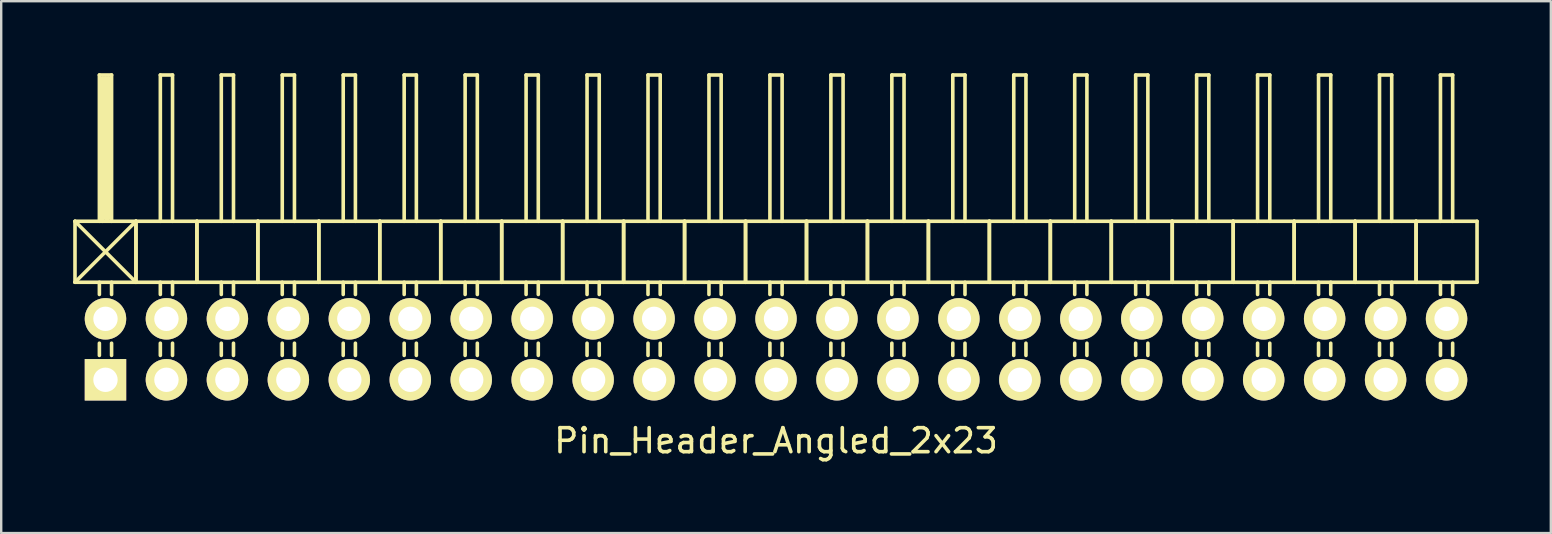
<source format=kicad_pcb>
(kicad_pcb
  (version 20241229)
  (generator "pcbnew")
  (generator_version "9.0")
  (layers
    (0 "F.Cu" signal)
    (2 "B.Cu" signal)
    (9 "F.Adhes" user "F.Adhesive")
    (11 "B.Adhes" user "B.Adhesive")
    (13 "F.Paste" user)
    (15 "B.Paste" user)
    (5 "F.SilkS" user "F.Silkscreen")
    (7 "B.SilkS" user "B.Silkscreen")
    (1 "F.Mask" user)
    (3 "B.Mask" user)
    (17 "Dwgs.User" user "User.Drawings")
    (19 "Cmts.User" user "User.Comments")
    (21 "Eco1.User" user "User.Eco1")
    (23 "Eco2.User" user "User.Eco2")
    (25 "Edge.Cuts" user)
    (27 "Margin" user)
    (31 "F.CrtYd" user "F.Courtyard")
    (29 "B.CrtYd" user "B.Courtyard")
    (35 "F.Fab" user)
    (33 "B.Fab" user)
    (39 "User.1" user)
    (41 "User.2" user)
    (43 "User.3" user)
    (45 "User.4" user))
  (footprint "Pin_Header_Angled_2x23"
    (layer "F.Cu")
    (at 29.285 11.505)
    (property "Reference" "Pin_Header_Angled_2x23" (at 0 3.81 0) (layer "F.SilkS") (effects (font (size 1 1) (thickness 0.15))))
    (attr through_hole)
    (fp_line (start -29.21 -5.334) (end -26.67 -2.794) (stroke (width 0.15) (type solid)) (layer "F.SilkS"))
    (fp_line (start -29.21 -2.794) (end -29.21 -5.334) (stroke (width 0.15) (type solid)) (layer "F.SilkS"))
    (fp_line (start -29.21 -2.794) (end -26.67 -5.334) (stroke (width 0.15) (type solid)) (layer "F.SilkS"))
    (fp_line (start -29.21 -2.794) (end -26.67 -2.794) (stroke (width 0.15) (type solid)) (layer "F.SilkS"))
    (fp_line (start -28.194 -11.43) (end -27.686 -11.43) (stroke (width 0.15) (type solid)) (layer "F.SilkS"))
    (fp_line (start -28.194 -5.334) (end -28.194 -11.43) (stroke (width 0.15) (type solid)) (layer "F.SilkS"))
    (fp_line (start -28.194 -2.794) (end -28.194 -2.286) (stroke (width 0.15) (type solid)) (layer "F.SilkS"))
    (fp_line (start -28.194 -0.254) (end -28.194 0.254) (stroke (width 0.15) (type solid)) (layer "F.SilkS"))
    (fp_line (start -28.067 -11.303) (end -27.813 -11.303) (stroke (width 0.15) (type solid)) (layer "F.SilkS"))
    (fp_line (start -28.067 -5.334) (end -28.067 -11.303) (stroke (width 0.15) (type solid)) (layer "F.SilkS"))
    (fp_line (start -27.94 -5.461) (end -27.94 -11.303) (stroke (width 0.15) (type solid)) (layer "F.SilkS"))
    (fp_line (start -27.813 -11.303) (end -27.813 -5.461) (stroke (width 0.15) (type solid)) (layer "F.SilkS"))
    (fp_line (start -27.813 -5.461) (end -27.94 -5.461) (stroke (width 0.15) (type solid)) (layer "F.SilkS"))
    (fp_line (start -27.686 -11.43) (end -27.686 -5.334) (stroke (width 0.15) (type solid)) (layer "F.SilkS"))
    (fp_line (start -27.686 -2.794) (end -27.686 -2.286) (stroke (width 0.15) (type solid)) (layer "F.SilkS"))
    (fp_line (start -27.686 -0.254) (end -27.686 0.254) (stroke (width 0.15) (type solid)) (layer "F.SilkS"))
    (fp_line (start -26.67 -5.334) (end -29.21 -5.334) (stroke (width 0.15) (type solid)) (layer "F.SilkS"))
    (fp_line (start -26.67 -2.794) (end -26.67 -5.334) (stroke (width 0.15) (type solid)) (layer "F.SilkS"))
    (fp_line (start -26.67 -2.794) (end -26.67 -5.334) (stroke (width 0.15) (type solid)) (layer "F.SilkS"))
    (fp_line (start -26.67 -2.794) (end -24.13 -2.794) (stroke (width 0.15) (type solid)) (layer "F.SilkS"))
    (fp_line (start -25.654 -11.43) (end -25.146 -11.43) (stroke (width 0.15) (type solid)) (layer "F.SilkS"))
    (fp_line (start -25.654 -5.334) (end -25.654 -11.43) (stroke (width 0.15) (type solid)) (layer "F.SilkS"))
    (fp_line (start -25.654 -2.794) (end -25.654 -2.286) (stroke (width 0.15) (type solid)) (layer "F.SilkS"))
    (fp_line (start -25.654 -0.254) (end -25.654 0.254) (stroke (width 0.15) (type solid)) (layer "F.SilkS"))
    (fp_line (start -25.146 -11.43) (end -25.146 -5.334) (stroke (width 0.15) (type solid)) (layer "F.SilkS"))
    (fp_line (start -25.146 -2.794) (end -25.146 -2.286) (stroke (width 0.15) (type solid)) (layer "F.SilkS"))
    (fp_line (start -25.146 -0.254) (end -25.146 0.254) (stroke (width 0.15) (type solid)) (layer "F.SilkS"))
    (fp_line (start -24.13 -5.334) (end -26.67 -5.334) (stroke (width 0.15) (type solid)) (layer "F.SilkS"))
    (fp_line (start -24.13 -2.794) (end -24.13 -5.334) (stroke (width 0.15) (type solid)) (layer "F.SilkS"))
    (fp_line (start -24.13 -2.794) (end -24.13 -5.334) (stroke (width 0.15) (type solid)) (layer "F.SilkS"))
    (fp_line (start -24.13 -2.794) (end -21.59 -2.794) (stroke (width 0.15) (type solid)) (layer "F.SilkS"))
    (fp_line (start -23.114 -11.43) (end -22.606 -11.43) (stroke (width 0.15) (type solid)) (layer "F.SilkS"))
    (fp_line (start -23.114 -5.334) (end -23.114 -11.43) (stroke (width 0.15) (type solid)) (layer "F.SilkS"))
    (fp_line (start -23.114 -2.794) (end -23.114 -2.286) (stroke (width 0.15) (type solid)) (layer "F.SilkS"))
    (fp_line (start -23.114 -0.254) (end -23.114 0.254) (stroke (width 0.15) (type solid)) (layer "F.SilkS"))
    (fp_line (start -22.606 -11.43) (end -22.606 -5.334) (stroke (width 0.15) (type solid)) (layer "F.SilkS"))
    (fp_line (start -22.606 -2.794) (end -22.606 -2.286) (stroke (width 0.15) (type solid)) (layer "F.SilkS"))
    (fp_line (start -22.606 -0.254) (end -22.606 0.254) (stroke (width 0.15) (type solid)) (layer "F.SilkS"))
    (fp_line (start -21.59 -5.334) (end -24.13 -5.334) (stroke (width 0.15) (type solid)) (layer "F.SilkS"))
    (fp_line (start -21.59 -2.794) (end -21.59 -5.334) (stroke (width 0.15) (type solid)) (layer "F.SilkS"))
    (fp_line (start -21.59 -2.794) (end -21.59 -5.334) (stroke (width 0.15) (type solid)) (layer "F.SilkS"))
    (fp_line (start -21.59 -2.794) (end -19.05 -2.794) (stroke (width 0.15) (type solid)) (layer "F.SilkS"))
    (fp_line (start -20.574 -11.43) (end -20.066 -11.43) (stroke (width 0.15) (type solid)) (layer "F.SilkS"))
    (fp_line (start -20.574 -5.334) (end -20.574 -11.43) (stroke (width 0.15) (type solid)) (layer "F.SilkS"))
    (fp_line (start -20.574 -2.794) (end -20.574 -2.286) (stroke (width 0.15) (type solid)) (layer "F.SilkS"))
    (fp_line (start -20.574 -0.254) (end -20.574 0.254) (stroke (width 0.15) (type solid)) (layer "F.SilkS"))
    (fp_line (start -20.066 -11.43) (end -20.066 -5.334) (stroke (width 0.15) (type solid)) (layer "F.SilkS"))
    (fp_line (start -20.066 -2.794) (end -20.066 -2.286) (stroke (width 0.15) (type solid)) (layer "F.SilkS"))
    (fp_line (start -20.066 -0.254) (end -20.066 0.254) (stroke (width 0.15) (type solid)) (layer "F.SilkS"))
    (fp_line (start -19.05 -5.334) (end -21.59 -5.334) (stroke (width 0.15) (type solid)) (layer "F.SilkS"))
    (fp_line (start -19.05 -2.794) (end -19.05 -5.334) (stroke (width 0.15) (type solid)) (layer "F.SilkS"))
    (fp_line (start -19.05 -2.794) (end -19.05 -5.334) (stroke (width 0.15) (type solid)) (layer "F.SilkS"))
    (fp_line (start -19.05 -2.794) (end -16.51 -2.794) (stroke (width 0.15) (type solid)) (layer "F.SilkS"))
    (fp_line (start -18.034 -11.43) (end -17.526 -11.43) (stroke (width 0.15) (type solid)) (layer "F.SilkS"))
    (fp_line (start -18.034 -5.334) (end -18.034 -11.43) (stroke (width 0.15) (type solid)) (layer "F.SilkS"))
    (fp_line (start -18.034 -2.794) (end -18.034 -2.286) (stroke (width 0.15) (type solid)) (layer "F.SilkS"))
    (fp_line (start -18.034 -0.254) (end -18.034 0.254) (stroke (width 0.15) (type solid)) (layer "F.SilkS"))
    (fp_line (start -17.526 -11.43) (end -17.526 -5.334) (stroke (width 0.15) (type solid)) (layer "F.SilkS"))
    (fp_line (start -17.526 -2.794) (end -17.526 -2.286) (stroke (width 0.15) (type solid)) (layer "F.SilkS"))
    (fp_line (start -17.526 -0.254) (end -17.526 0.254) (stroke (width 0.15) (type solid)) (layer "F.SilkS"))
    (fp_line (start -16.51 -5.334) (end -19.05 -5.334) (stroke (width 0.15) (type solid)) (layer "F.SilkS"))
    (fp_line (start -16.51 -2.794) (end -16.51 -5.334) (stroke (width 0.15) (type solid)) (layer "F.SilkS"))
    (fp_line (start -16.51 -2.794) (end -16.51 -5.334) (stroke (width 0.15) (type solid)) (layer "F.SilkS"))
    (fp_line (start -16.51 -2.794) (end -13.97 -2.794) (stroke (width 0.15) (type solid)) (layer "F.SilkS"))
    (fp_line (start -15.494 -11.43) (end -14.986 -11.43) (stroke (width 0.15) (type solid)) (layer "F.SilkS"))
    (fp_line (start -15.494 -5.334) (end -15.494 -11.43) (stroke (width 0.15) (type solid)) (layer "F.SilkS"))
    (fp_line (start -15.494 -2.794) (end -15.494 -2.286) (stroke (width 0.15) (type solid)) (layer "F.SilkS"))
    (fp_line (start -15.494 -0.254) (end -15.494 0.254) (stroke (width 0.15) (type solid)) (layer "F.SilkS"))
    (fp_line (start -14.986 -11.43) (end -14.986 -5.334) (stroke (width 0.15) (type solid)) (layer "F.SilkS"))
    (fp_line (start -14.986 -2.794) (end -14.986 -2.286) (stroke (width 0.15) (type solid)) (layer "F.SilkS"))
    (fp_line (start -14.986 -0.254) (end -14.986 0.254) (stroke (width 0.15) (type solid)) (layer "F.SilkS"))
    (fp_line (start -13.97 -5.334) (end -16.51 -5.334) (stroke (width 0.15) (type solid)) (layer "F.SilkS"))
    (fp_line (start -13.97 -2.794) (end -13.97 -5.334) (stroke (width 0.15) (type solid)) (layer "F.SilkS"))
    (fp_line (start -13.97 -2.794) (end -13.97 -5.334) (stroke (width 0.15) (type solid)) (layer "F.SilkS"))
    (fp_line (start -13.97 -2.794) (end -11.43 -2.794) (stroke (width 0.15) (type solid)) (layer "F.SilkS"))
    (fp_line (start -12.954 -11.43) (end -12.446 -11.43) (stroke (width 0.15) (type solid)) (layer "F.SilkS"))
    (fp_line (start -12.954 -5.334) (end -12.954 -11.43) (stroke (width 0.15) (type solid)) (layer "F.SilkS"))
    (fp_line (start -12.954 -2.794) (end -12.954 -2.286) (stroke (width 0.15) (type solid)) (layer "F.SilkS"))
    (fp_line (start -12.954 -0.254) (end -12.954 0.254) (stroke (width 0.15) (type solid)) (layer "F.SilkS"))
    (fp_line (start -12.446 -11.43) (end -12.446 -5.334) (stroke (width 0.15) (type solid)) (layer "F.SilkS"))
    (fp_line (start -12.446 -2.794) (end -12.446 -2.286) (stroke (width 0.15) (type solid)) (layer "F.SilkS"))
    (fp_line (start -12.446 -0.254) (end -12.446 0.254) (stroke (width 0.15) (type solid)) (layer "F.SilkS"))
    (fp_line (start -11.43 -5.334) (end -13.97 -5.334) (stroke (width 0.15) (type solid)) (layer "F.SilkS"))
    (fp_line (start -11.43 -2.794) (end -11.43 -5.334) (stroke (width 0.15) (type solid)) (layer "F.SilkS"))
    (fp_line (start -11.43 -2.794) (end -11.43 -5.334) (stroke (width 0.15) (type solid)) (layer "F.SilkS"))
    (fp_line (start -11.43 -2.794) (end -8.89 -2.794) (stroke (width 0.15) (type solid)) (layer "F.SilkS"))
    (fp_line (start -10.414 -11.43) (end -9.906 -11.43) (stroke (width 0.15) (type solid)) (layer "F.SilkS"))
    (fp_line (start -10.414 -5.334) (end -10.414 -11.43) (stroke (width 0.15) (type solid)) (layer "F.SilkS"))
    (fp_line (start -10.414 -2.794) (end -10.414 -2.286) (stroke (width 0.15) (type solid)) (layer "F.SilkS"))
    (fp_line (start -10.414 -0.254) (end -10.414 0.254) (stroke (width 0.15) (type solid)) (layer "F.SilkS"))
    (fp_line (start -9.906 -11.43) (end -9.906 -5.334) (stroke (width 0.15) (type solid)) (layer "F.SilkS"))
    (fp_line (start -9.906 -2.794) (end -9.906 -2.286) (stroke (width 0.15) (type solid)) (layer "F.SilkS"))
    (fp_line (start -9.906 -0.254) (end -9.906 0.254) (stroke (width 0.15) (type solid)) (layer "F.SilkS"))
    (fp_line (start -8.89 -5.334) (end -11.43 -5.334) (stroke (width 0.15) (type solid)) (layer "F.SilkS"))
    (fp_line (start -8.89 -2.794) (end -8.89 -5.334) (stroke (width 0.15) (type solid)) (layer "F.SilkS"))
    (fp_line (start -8.89 -2.794) (end -8.89 -5.334) (stroke (width 0.15) (type solid)) (layer "F.SilkS"))
    (fp_line (start -8.89 -2.794) (end -6.35 -2.794) (stroke (width 0.15) (type solid)) (layer "F.SilkS"))
    (fp_line (start -7.874 -11.43) (end -7.366 -11.43) (stroke (width 0.15) (type solid)) (layer "F.SilkS"))
    (fp_line (start -7.874 -5.334) (end -7.874 -11.43) (stroke (width 0.15) (type solid)) (layer "F.SilkS"))
    (fp_line (start -7.874 -2.794) (end -7.874 -2.286) (stroke (width 0.15) (type solid)) (layer "F.SilkS"))
    (fp_line (start -7.874 -0.254) (end -7.874 0.254) (stroke (width 0.15) (type solid)) (layer "F.SilkS"))
    (fp_line (start -7.366 -11.43) (end -7.366 -5.334) (stroke (width 0.15) (type solid)) (layer "F.SilkS"))
    (fp_line (start -7.366 -2.794) (end -7.366 -2.286) (stroke (width 0.15) (type solid)) (layer "F.SilkS"))
    (fp_line (start -7.366 -0.254) (end -7.366 0.254) (stroke (width 0.15) (type solid)) (layer "F.SilkS"))
    (fp_line (start -6.35 -5.334) (end -8.89 -5.334) (stroke (width 0.15) (type solid)) (layer "F.SilkS"))
    (fp_line (start -6.35 -2.794) (end -6.35 -5.334) (stroke (width 0.15) (type solid)) (layer "F.SilkS"))
    (fp_line (start -6.35 -2.794) (end -6.35 -5.334) (stroke (width 0.15) (type solid)) (layer "F.SilkS"))
    (fp_line (start -6.35 -2.794) (end -3.81 -2.794) (stroke (width 0.15) (type solid)) (layer "F.SilkS"))
    (fp_line (start -5.334 -11.43) (end -4.826 -11.43) (stroke (width 0.15) (type solid)) (layer "F.SilkS"))
    (fp_line (start -5.334 -5.334) (end -5.334 -11.43) (stroke (width 0.15) (type solid)) (layer "F.SilkS"))
    (fp_line (start -5.334 -2.794) (end -5.334 -2.286) (stroke (width 0.15) (type solid)) (layer "F.SilkS"))
    (fp_line (start -5.334 -0.254) (end -5.334 0.254) (stroke (width 0.15) (type solid)) (layer "F.SilkS"))
    (fp_line (start -4.826 -11.43) (end -4.826 -5.334) (stroke (width 0.15) (type solid)) (layer "F.SilkS"))
    (fp_line (start -4.826 -2.794) (end -4.826 -2.286) (stroke (width 0.15) (type solid)) (layer "F.SilkS"))
    (fp_line (start -4.826 -0.254) (end -4.826 0.254) (stroke (width 0.15) (type solid)) (layer "F.SilkS"))
    (fp_line (start -3.81 -5.334) (end -6.35 -5.334) (stroke (width 0.15) (type solid)) (layer "F.SilkS"))
    (fp_line (start -3.81 -2.794) (end -3.81 -5.334) (stroke (width 0.15) (type solid)) (layer "F.SilkS"))
    (fp_line (start -3.81 -2.794) (end -3.81 -5.334) (stroke (width 0.15) (type solid)) (layer "F.SilkS"))
    (fp_line (start -3.81 -2.794) (end -1.27 -2.794) (stroke (width 0.15) (type solid)) (layer "F.SilkS"))
    (fp_line (start -2.794 -11.43) (end -2.286 -11.43) (stroke (width 0.15) (type solid)) (layer "F.SilkS"))
    (fp_line (start -2.794 -5.334) (end -2.794 -11.43) (stroke (width 0.15) (type solid)) (layer "F.SilkS"))
    (fp_line (start -2.794 -2.794) (end -2.794 -2.286) (stroke (width 0.15) (type solid)) (layer "F.SilkS"))
    (fp_line (start -2.794 -0.254) (end -2.794 0.254) (stroke (width 0.15) (type solid)) (layer "F.SilkS"))
    (fp_line (start -2.286 -11.43) (end -2.286 -5.334) (stroke (width 0.15) (type solid)) (layer "F.SilkS"))
    (fp_line (start -2.286 -2.794) (end -2.286 -2.286) (stroke (width 0.15) (type solid)) (layer "F.SilkS"))
    (fp_line (start -2.286 -0.254) (end -2.286 0.254) (stroke (width 0.15) (type solid)) (layer "F.SilkS"))
    (fp_line (start -1.27 -5.334) (end -3.81 -5.334) (stroke (width 0.15) (type solid)) (layer "F.SilkS"))
    (fp_line (start -1.27 -2.794) (end -1.27 -5.334) (stroke (width 0.15) (type solid)) (layer "F.SilkS"))
    (fp_line (start -1.27 -2.794) (end -1.27 -5.334) (stroke (width 0.15) (type solid)) (layer "F.SilkS"))
    (fp_line (start -1.27 -2.794) (end 1.27 -2.794) (stroke (width 0.15) (type solid)) (layer "F.SilkS"))
    (fp_line (start -0.254 -11.43) (end 0.254 -11.43) (stroke (width 0.15) (type solid)) (layer "F.SilkS"))
    (fp_line (start -0.254 -5.334) (end -0.254 -11.43) (stroke (width 0.15) (type solid)) (layer "F.SilkS"))
    (fp_line (start -0.254 -2.794) (end -0.254 -2.286) (stroke (width 0.15) (type solid)) (layer "F.SilkS"))
    (fp_line (start -0.254 -0.254) (end -0.254 0.254) (stroke (width 0.15) (type solid)) (layer "F.SilkS"))
    (fp_line (start 0.254 -11.43) (end 0.254 -5.334) (stroke (width 0.15) (type solid)) (layer "F.SilkS"))
    (fp_line (start 0.254 -2.794) (end 0.254 -2.286) (stroke (width 0.15) (type solid)) (layer "F.SilkS"))
    (fp_line (start 0.254 -0.254) (end 0.254 0.254) (stroke (width 0.15) (type solid)) (layer "F.SilkS"))
    (fp_line (start 1.27 -5.334) (end -1.27 -5.334) (stroke (width 0.15) (type solid)) (layer "F.SilkS"))
    (fp_line (start 1.27 -2.794) (end 1.27 -5.334) (stroke (width 0.15) (type solid)) (layer "F.SilkS"))
    (fp_line (start 1.27 -2.794) (end 1.27 -5.334) (stroke (width 0.15) (type solid)) (layer "F.SilkS"))
    (fp_line (start 1.27 -2.794) (end 3.81 -2.794) (stroke (width 0.15) (type solid)) (layer "F.SilkS"))
    (fp_line (start 2.286 -11.43) (end 2.794 -11.43) (stroke (width 0.15) (type solid)) (layer "F.SilkS"))
    (fp_line (start 2.286 -5.334) (end 2.286 -11.43) (stroke (width 0.15) (type solid)) (layer "F.SilkS"))
    (fp_line (start 2.286 -2.794) (end 2.286 -2.286) (stroke (width 0.15) (type solid)) (layer "F.SilkS"))
    (fp_line (start 2.286 -0.254) (end 2.286 0.254) (stroke (width 0.15) (type solid)) (layer "F.SilkS"))
    (fp_line (start 2.794 -11.43) (end 2.794 -5.334) (stroke (width 0.15) (type solid)) (layer "F.SilkS"))
    (fp_line (start 2.794 -2.794) (end 2.794 -2.286) (stroke (width 0.15) (type solid)) (layer "F.SilkS"))
    (fp_line (start 2.794 -0.254) (end 2.794 0.254) (stroke (width 0.15) (type solid)) (layer "F.SilkS"))
    (fp_line (start 3.81 -5.334) (end 1.27 -5.334) (stroke (width 0.15) (type solid)) (layer "F.SilkS"))
    (fp_line (start 3.81 -2.794) (end 3.81 -5.334) (stroke (width 0.15) (type solid)) (layer "F.SilkS"))
    (fp_line (start 3.81 -2.794) (end 3.81 -5.334) (stroke (width 0.15) (type solid)) (layer "F.SilkS"))
    (fp_line (start 3.81 -2.794) (end 6.35 -2.794) (stroke (width 0.15) (type solid)) (layer "F.SilkS"))
    (fp_line (start 4.826 -11.43) (end 5.334 -11.43) (stroke (width 0.15) (type solid)) (layer "F.SilkS"))
    (fp_line (start 4.826 -5.334) (end 4.826 -11.43) (stroke (width 0.15) (type solid)) (layer "F.SilkS"))
    (fp_line (start 4.826 -2.794) (end 4.826 -2.286) (stroke (width 0.15) (type solid)) (layer "F.SilkS"))
    (fp_line (start 4.826 -0.254) (end 4.826 0.254) (stroke (width 0.15) (type solid)) (layer "F.SilkS"))
    (fp_line (start 5.334 -11.43) (end 5.334 -5.334) (stroke (width 0.15) (type solid)) (layer "F.SilkS"))
    (fp_line (start 5.334 -2.794) (end 5.334 -2.286) (stroke (width 0.15) (type solid)) (layer "F.SilkS"))
    (fp_line (start 5.334 -0.254) (end 5.334 0.254) (stroke (width 0.15) (type solid)) (layer "F.SilkS"))
    (fp_line (start 6.35 -5.334) (end 3.81 -5.334) (stroke (width 0.15) (type solid)) (layer "F.SilkS"))
    (fp_line (start 6.35 -2.794) (end 6.35 -5.334) (stroke (width 0.15) (type solid)) (layer "F.SilkS"))
    (fp_line (start 6.35 -2.794) (end 6.35 -5.334) (stroke (width 0.15) (type solid)) (layer "F.SilkS"))
    (fp_line (start 6.35 -2.794) (end 8.89 -2.794) (stroke (width 0.15) (type solid)) (layer "F.SilkS"))
    (fp_line (start 7.366 -11.43) (end 7.874 -11.43) (stroke (width 0.15) (type solid)) (layer "F.SilkS"))
    (fp_line (start 7.366 -5.334) (end 7.366 -11.43) (stroke (width 0.15) (type solid)) (layer "F.SilkS"))
    (fp_line (start 7.366 -2.794) (end 7.366 -2.286) (stroke (width 0.15) (type solid)) (layer "F.SilkS"))
    (fp_line (start 7.366 -0.254) (end 7.366 0.254) (stroke (width 0.15) (type solid)) (layer "F.SilkS"))
    (fp_line (start 7.874 -11.43) (end 7.874 -5.334) (stroke (width 0.15) (type solid)) (layer "F.SilkS"))
    (fp_line (start 7.874 -2.794) (end 7.874 -2.286) (stroke (width 0.15) (type solid)) (layer "F.SilkS"))
    (fp_line (start 7.874 -0.254) (end 7.874 0.254) (stroke (width 0.15) (type solid)) (layer "F.SilkS"))
    (fp_line (start 8.89 -5.334) (end 6.35 -5.334) (stroke (width 0.15) (type solid)) (layer "F.SilkS"))
    (fp_line (start 8.89 -2.794) (end 8.89 -5.334) (stroke (width 0.15) (type solid)) (layer "F.SilkS"))
    (fp_line (start 8.89 -2.794) (end 8.89 -5.334) (stroke (width 0.15) (type solid)) (layer "F.SilkS"))
    (fp_line (start 8.89 -2.794) (end 11.43 -2.794) (stroke (width 0.15) (type solid)) (layer "F.SilkS"))
    (fp_line (start 9.906 -11.43) (end 10.414 -11.43) (stroke (width 0.15) (type solid)) (layer "F.SilkS"))
    (fp_line (start 9.906 -5.334) (end 9.906 -11.43) (stroke (width 0.15) (type solid)) (layer "F.SilkS"))
    (fp_line (start 9.906 -2.794) (end 9.906 -2.286) (stroke (width 0.15) (type solid)) (layer "F.SilkS"))
    (fp_line (start 9.906 -0.254) (end 9.906 0.254) (stroke (width 0.15) (type solid)) (layer "F.SilkS"))
    (fp_line (start 10.414 -11.43) (end 10.414 -5.334) (stroke (width 0.15) (type solid)) (layer "F.SilkS"))
    (fp_line (start 10.414 -2.794) (end 10.414 -2.286) (stroke (width 0.15) (type solid)) (layer "F.SilkS"))
    (fp_line (start 10.414 -0.254) (end 10.414 0.254) (stroke (width 0.15) (type solid)) (layer "F.SilkS"))
    (fp_line (start 11.43 -5.334) (end 8.89 -5.334) (stroke (width 0.15) (type solid)) (layer "F.SilkS"))
    (fp_line (start 11.43 -2.794) (end 11.43 -5.334) (stroke (width 0.15) (type solid)) (layer "F.SilkS"))
    (fp_line (start 11.43 -2.794) (end 11.43 -5.334) (stroke (width 0.15) (type solid)) (layer "F.SilkS"))
    (fp_line (start 11.43 -2.794) (end 13.97 -2.794) (stroke (width 0.15) (type solid)) (layer "F.SilkS"))
    (fp_line (start 12.446 -11.43) (end 12.954 -11.43) (stroke (width 0.15) (type solid)) (layer "F.SilkS"))
    (fp_line (start 12.446 -5.334) (end 12.446 -11.43) (stroke (width 0.15) (type solid)) (layer "F.SilkS"))
    (fp_line (start 12.446 -2.794) (end 12.446 -2.286) (stroke (width 0.15) (type solid)) (layer "F.SilkS"))
    (fp_line (start 12.446 -0.254) (end 12.446 0.254) (stroke (width 0.15) (type solid)) (layer "F.SilkS"))
    (fp_line (start 12.954 -11.43) (end 12.954 -5.334) (stroke (width 0.15) (type solid)) (layer "F.SilkS"))
    (fp_line (start 12.954 -2.794) (end 12.954 -2.286) (stroke (width 0.15) (type solid)) (layer "F.SilkS"))
    (fp_line (start 12.954 -0.254) (end 12.954 0.254) (stroke (width 0.15) (type solid)) (layer "F.SilkS"))
    (fp_line (start 13.97 -5.334) (end 11.43 -5.334) (stroke (width 0.15) (type solid)) (layer "F.SilkS"))
    (fp_line (start 13.97 -2.794) (end 13.97 -5.334) (stroke (width 0.15) (type solid)) (layer "F.SilkS"))
    (fp_line (start 13.97 -2.794) (end 13.97 -5.334) (stroke (width 0.15) (type solid)) (layer "F.SilkS"))
    (fp_line (start 13.97 -2.794) (end 16.51 -2.794) (stroke (width 0.15) (type solid)) (layer "F.SilkS"))
    (fp_line (start 14.986 -11.43) (end 15.494 -11.43) (stroke (width 0.15) (type solid)) (layer "F.SilkS"))
    (fp_line (start 14.986 -5.334) (end 14.986 -11.43) (stroke (width 0.15) (type solid)) (layer "F.SilkS"))
    (fp_line (start 14.986 -2.794) (end 14.986 -2.286) (stroke (width 0.15) (type solid)) (layer "F.SilkS"))
    (fp_line (start 14.986 -0.254) (end 14.986 0.254) (stroke (width 0.15) (type solid)) (layer "F.SilkS"))
    (fp_line (start 15.494 -11.43) (end 15.494 -5.334) (stroke (width 0.15) (type solid)) (layer "F.SilkS"))
    (fp_line (start 15.494 -2.794) (end 15.494 -2.286) (stroke (width 0.15) (type solid)) (layer "F.SilkS"))
    (fp_line (start 15.494 -0.254) (end 15.494 0.254) (stroke (width 0.15) (type solid)) (layer "F.SilkS"))
    (fp_line (start 16.51 -5.334) (end 13.97 -5.334) (stroke (width 0.15) (type solid)) (layer "F.SilkS"))
    (fp_line (start 16.51 -2.794) (end 16.51 -5.334) (stroke (width 0.15) (type solid)) (layer "F.SilkS"))
    (fp_line (start 16.51 -2.794) (end 16.51 -5.334) (stroke (width 0.15) (type solid)) (layer "F.SilkS"))
    (fp_line (start 16.51 -2.794) (end 19.05 -2.794) (stroke (width 0.15) (type solid)) (layer "F.SilkS"))
    (fp_line (start 17.526 -11.43) (end 18.034 -11.43) (stroke (width 0.15) (type solid)) (layer "F.SilkS"))
    (fp_line (start 17.526 -5.334) (end 17.526 -11.43) (stroke (width 0.15) (type solid)) (layer "F.SilkS"))
    (fp_line (start 17.526 -2.794) (end 17.526 -2.286) (stroke (width 0.15) (type solid)) (layer "F.SilkS"))
    (fp_line (start 17.526 -0.254) (end 17.526 0.254) (stroke (width 0.15) (type solid)) (layer "F.SilkS"))
    (fp_line (start 18.034 -11.43) (end 18.034 -5.334) (stroke (width 0.15) (type solid)) (layer "F.SilkS"))
    (fp_line (start 18.034 -2.794) (end 18.034 -2.286) (stroke (width 0.15) (type solid)) (layer "F.SilkS"))
    (fp_line (start 18.034 -0.254) (end 18.034 0.254) (stroke (width 0.15) (type solid)) (layer "F.SilkS"))
    (fp_line (start 19.05 -5.334) (end 16.51 -5.334) (stroke (width 0.15) (type solid)) (layer "F.SilkS"))
    (fp_line (start 19.05 -2.794) (end 19.05 -5.334) (stroke (width 0.15) (type solid)) (layer "F.SilkS"))
    (fp_line (start 19.05 -2.794) (end 19.05 -5.334) (stroke (width 0.15) (type solid)) (layer "F.SilkS"))
    (fp_line (start 19.05 -2.794) (end 21.59 -2.794) (stroke (width 0.15) (type solid)) (layer "F.SilkS"))
    (fp_line (start 20.066 -11.43) (end 20.574 -11.43) (stroke (width 0.15) (type solid)) (layer "F.SilkS"))
    (fp_line (start 20.066 -5.334) (end 20.066 -11.43) (stroke (width 0.15) (type solid)) (layer "F.SilkS"))
    (fp_line (start 20.066 -2.794) (end 20.066 -2.286) (stroke (width 0.15) (type solid)) (layer "F.SilkS"))
    (fp_line (start 20.066 -0.254) (end 20.066 0.254) (stroke (width 0.15) (type solid)) (layer "F.SilkS"))
    (fp_line (start 20.574 -11.43) (end 20.574 -5.334) (stroke (width 0.15) (type solid)) (layer "F.SilkS"))
    (fp_line (start 20.574 -2.794) (end 20.574 -2.286) (stroke (width 0.15) (type solid)) (layer "F.SilkS"))
    (fp_line (start 20.574 -0.254) (end 20.574 0.254) (stroke (width 0.15) (type solid)) (layer "F.SilkS"))
    (fp_line (start 21.59 -5.334) (end 19.05 -5.334) (stroke (width 0.15) (type solid)) (layer "F.SilkS"))
    (fp_line (start 21.59 -2.794) (end 21.59 -5.334) (stroke (width 0.15) (type solid)) (layer "F.SilkS"))
    (fp_line (start 21.59 -2.794) (end 21.59 -5.334) (stroke (width 0.15) (type solid)) (layer "F.SilkS"))
    (fp_line (start 21.59 -2.794) (end 24.13 -2.794) (stroke (width 0.15) (type solid)) (layer "F.SilkS"))
    (fp_line (start 22.606 -11.43) (end 23.114 -11.43) (stroke (width 0.15) (type solid)) (layer "F.SilkS"))
    (fp_line (start 22.606 -5.334) (end 22.606 -11.43) (stroke (width 0.15) (type solid)) (layer "F.SilkS"))
    (fp_line (start 22.606 -2.794) (end 22.606 -2.286) (stroke (width 0.15) (type solid)) (layer "F.SilkS"))
    (fp_line (start 22.606 -0.254) (end 22.606 0.254) (stroke (width 0.15) (type solid)) (layer "F.SilkS"))
    (fp_line (start 23.114 -11.43) (end 23.114 -5.334) (stroke (width 0.15) (type solid)) (layer "F.SilkS"))
    (fp_line (start 23.114 -2.794) (end 23.114 -2.286) (stroke (width 0.15) (type solid)) (layer "F.SilkS"))
    (fp_line (start 23.114 -0.254) (end 23.114 0.254) (stroke (width 0.15) (type solid)) (layer "F.SilkS"))
    (fp_line (start 24.13 -5.334) (end 21.59 -5.334) (stroke (width 0.15) (type solid)) (layer "F.SilkS"))
    (fp_line (start 24.13 -2.794) (end 24.13 -5.334) (stroke (width 0.15) (type solid)) (layer "F.SilkS"))
    (fp_line (start 24.13 -2.794) (end 24.13 -5.334) (stroke (width 0.15) (type solid)) (layer "F.SilkS"))
    (fp_line (start 24.13 -2.794) (end 26.67 -2.794) (stroke (width 0.15) (type solid)) (layer "F.SilkS"))
    (fp_line (start 25.146 -11.43) (end 25.654 -11.43) (stroke (width 0.15) (type solid)) (layer "F.SilkS"))
    (fp_line (start 25.146 -5.334) (end 25.146 -11.43) (stroke (width 0.15) (type solid)) (layer "F.SilkS"))
    (fp_line (start 25.146 -2.794) (end 25.146 -2.286) (stroke (width 0.15) (type solid)) (layer "F.SilkS"))
    (fp_line (start 25.146 -0.254) (end 25.146 0.254) (stroke (width 0.15) (type solid)) (layer "F.SilkS"))
    (fp_line (start 25.654 -11.43) (end 25.654 -5.334) (stroke (width 0.15) (type solid)) (layer "F.SilkS"))
    (fp_line (start 25.654 -2.794) (end 25.654 -2.286) (stroke (width 0.15) (type solid)) (layer "F.SilkS"))
    (fp_line (start 25.654 -0.254) (end 25.654 0.254) (stroke (width 0.15) (type solid)) (layer "F.SilkS"))
    (fp_line (start 26.67 -5.334) (end 24.13 -5.334) (stroke (width 0.15) (type solid)) (layer "F.SilkS"))
    (fp_line (start 26.67 -2.794) (end 26.67 -5.334) (stroke (width 0.15) (type solid)) (layer "F.SilkS"))
    (fp_line (start 26.67 -2.794) (end 26.67 -5.334) (stroke (width 0.15) (type solid)) (layer "F.SilkS"))
    (fp_line (start 26.67 -2.794) (end 29.21 -2.794) (stroke (width 0.15) (type solid)) (layer "F.SilkS"))
    (fp_line (start 27.686 -11.43) (end 28.194 -11.43) (stroke (width 0.15) (type solid)) (layer "F.SilkS"))
    (fp_line (start 27.686 -5.334) (end 27.686 -11.43) (stroke (width 0.15) (type solid)) (layer "F.SilkS"))
    (fp_line (start 27.686 -2.794) (end 27.686 -2.286) (stroke (width 0.15) (type solid)) (layer "F.SilkS"))
    (fp_line (start 27.686 -0.254) (end 27.686 0.254) (stroke (width 0.15) (type solid)) (layer "F.SilkS"))
    (fp_line (start 28.194 -11.43) (end 28.194 -5.334) (stroke (width 0.15) (type solid)) (layer "F.SilkS"))
    (fp_line (start 28.194 -2.794) (end 28.194 -2.286) (stroke (width 0.15) (type solid)) (layer "F.SilkS"))
    (fp_line (start 28.194 -0.254) (end 28.194 0.254) (stroke (width 0.15) (type solid)) (layer "F.SilkS"))
    (fp_line (start 29.21 -5.334) (end 26.67 -5.334) (stroke (width 0.15) (type solid)) (layer "F.SilkS"))
    (fp_line (start 29.21 -2.794) (end 29.21 -5.334) (stroke (width 0.15) (type solid)) (layer "F.SilkS"))
    (pad "1" thru_hole rect (at -27.94 1.27) (size 1.727 1.727) (drill 1.016) (layers "*.Cu" "*.Mask" "F.SilkS"))
    (pad "2" thru_hole oval (at -27.94 -1.27) (size 1.727 1.727) (drill 1.016) (layers "*.Cu" "*.Mask" "F.SilkS"))
    (pad "3" thru_hole oval (at -25.4 1.27) (size 1.727 1.727) (drill 1.016) (layers "*.Cu" "*.Mask" "F.SilkS"))
    (pad "4" thru_hole oval (at -25.4 -1.27) (size 1.727 1.727) (drill 1.016) (layers "*.Cu" "*.Mask" "F.SilkS"))
    (pad "5" thru_hole oval (at -22.86 1.27) (size 1.727 1.727) (drill 1.016) (layers "*.Cu" "*.Mask" "F.SilkS"))
    (pad "6" thru_hole oval (at -22.86 -1.27) (size 1.727 1.727) (drill 1.016) (layers "*.Cu" "*.Mask" "F.SilkS"))
    (pad "7" thru_hole oval (at -20.32 1.27) (size 1.727 1.727) (drill 1.016) (layers "*.Cu" "*.Mask" "F.SilkS"))
    (pad "8" thru_hole oval (at -20.32 -1.27) (size 1.727 1.727) (drill 1.016) (layers "*.Cu" "*.Mask" "F.SilkS"))
    (pad "9" thru_hole oval (at -17.78 1.27) (size 1.727 1.727) (drill 1.016) (layers "*.Cu" "*.Mask" "F.SilkS"))
    (pad "10" thru_hole oval (at -17.78 -1.27) (size 1.727 1.727) (drill 1.016) (layers "*.Cu" "*.Mask" "F.SilkS"))
    (pad "11" thru_hole oval (at -15.24 1.27) (size 1.727 1.727) (drill 1.016) (layers "*.Cu" "*.Mask" "F.SilkS"))
    (pad "12" thru_hole oval (at -15.24 -1.27) (size 1.727 1.727) (drill 1.016) (layers "*.Cu" "*.Mask" "F.SilkS"))
    (pad "13" thru_hole oval (at -12.7 1.27) (size 1.727 1.727) (drill 1.016) (layers "*.Cu" "*.Mask" "F.SilkS"))
    (pad "14" thru_hole oval (at -12.7 -1.27) (size 1.727 1.727) (drill 1.016) (layers "*.Cu" "*.Mask" "F.SilkS"))
    (pad "15" thru_hole oval (at -10.16 1.27) (size 1.727 1.727) (drill 1.016) (layers "*.Cu" "*.Mask" "F.SilkS"))
    (pad "16" thru_hole oval (at -10.16 -1.27) (size 1.727 1.727) (drill 1.016) (layers "*.Cu" "*.Mask" "F.SilkS"))
    (pad "17" thru_hole oval (at -7.62 1.27) (size 1.727 1.727) (drill 1.016) (layers "*.Cu" "*.Mask" "F.SilkS"))
    (pad "18" thru_hole oval (at -7.62 -1.27) (size 1.727 1.727) (drill 1.016) (layers "*.Cu" "*.Mask" "F.SilkS"))
    (pad "19" thru_hole oval (at -5.08 1.27) (size 1.727 1.727) (drill 1.016) (layers "*.Cu" "*.Mask" "F.SilkS"))
    (pad "20" thru_hole oval (at -5.08 -1.27) (size 1.727 1.727) (drill 1.016) (layers "*.Cu" "*.Mask" "F.SilkS"))
    (pad "21" thru_hole oval (at -2.54 1.27) (size 1.727 1.727) (drill 1.016) (layers "*.Cu" "*.Mask" "F.SilkS"))
    (pad "22" thru_hole oval (at -2.54 -1.27) (size 1.727 1.727) (drill 1.016) (layers "*.Cu" "*.Mask" "F.SilkS"))
    (pad "23" thru_hole oval (at 0 1.27) (size 1.727 1.727) (drill 1.016) (layers "*.Cu" "*.Mask" "F.SilkS"))
    (pad "24" thru_hole oval (at 0 -1.27) (size 1.727 1.727) (drill 1.016) (layers "*.Cu" "*.Mask" "F.SilkS"))
    (pad "25" thru_hole oval (at 2.54 1.27) (size 1.727 1.727) (drill 1.016) (layers "*.Cu" "*.Mask" "F.SilkS"))
    (pad "26" thru_hole oval (at 2.54 -1.27) (size 1.727 1.727) (drill 1.016) (layers "*.Cu" "*.Mask" "F.SilkS"))
    (pad "27" thru_hole oval (at 5.08 1.27) (size 1.727 1.727) (drill 1.016) (layers "*.Cu" "*.Mask" "F.SilkS"))
    (pad "28" thru_hole oval (at 5.08 -1.27) (size 1.727 1.727) (drill 1.016) (layers "*.Cu" "*.Mask" "F.SilkS"))
    (pad "29" thru_hole oval (at 7.62 1.27) (size 1.727 1.727) (drill 1.016) (layers "*.Cu" "*.Mask" "F.SilkS"))
    (pad "30" thru_hole oval (at 7.62 -1.27) (size 1.727 1.727) (drill 1.016) (layers "*.Cu" "*.Mask" "F.SilkS"))
    (pad "31" thru_hole oval (at 10.16 1.27) (size 1.727 1.727) (drill 1.016) (layers "*.Cu" "*.Mask" "F.SilkS"))
    (pad "32" thru_hole oval (at 10.16 -1.27) (size 1.727 1.727) (drill 1.016) (layers "*.Cu" "*.Mask" "F.SilkS"))
    (pad "33" thru_hole oval (at 12.7 1.27) (size 1.727 1.727) (drill 1.016) (layers "*.Cu" "*.Mask" "F.SilkS"))
    (pad "34" thru_hole oval (at 12.7 -1.27) (size 1.727 1.727) (drill 1.016) (layers "*.Cu" "*.Mask" "F.SilkS"))
    (pad "35" thru_hole oval (at 15.24 1.27) (size 1.727 1.727) (drill 1.016) (layers "*.Cu" "*.Mask" "F.SilkS"))
    (pad "36" thru_hole oval (at 15.24 -1.27) (size 1.727 1.727) (drill 1.016) (layers "*.Cu" "*.Mask" "F.SilkS"))
    (pad "37" thru_hole oval (at 17.78 1.27) (size 1.727 1.727) (drill 1.016) (layers "*.Cu" "*.Mask" "F.SilkS"))
    (pad "38" thru_hole oval (at 17.78 -1.27) (size 1.727 1.727) (drill 1.016) (layers "*.Cu" "*.Mask" "F.SilkS"))
    (pad "39" thru_hole oval (at 20.32 1.27) (size 1.727 1.727) (drill 1.016) (layers "*.Cu" "*.Mask" "F.SilkS"))
    (pad "40" thru_hole oval (at 20.32 -1.27) (size 1.727 1.727) (drill 1.016) (layers "*.Cu" "*.Mask" "F.SilkS"))
    (pad "41" thru_hole oval (at 22.86 1.27) (size 1.727 1.727) (drill 1.016) (layers "*.Cu" "*.Mask" "F.SilkS"))
    (pad "42" thru_hole oval (at 22.86 -1.27) (size 1.727 1.727) (drill 1.016) (layers "*.Cu" "*.Mask" "F.SilkS"))
    (pad "43" thru_hole oval (at 25.4 1.27) (size 1.727 1.727) (drill 1.016) (layers "*.Cu" "*.Mask" "F.SilkS"))
    (pad "44" thru_hole oval (at 25.4 -1.27) (size 1.727 1.727) (drill 1.016) (layers "*.Cu" "*.Mask" "F.SilkS"))
    (pad "45" thru_hole oval (at 27.94 1.27) (size 1.727 1.727) (drill 1.016) (layers "*.Cu" "*.Mask" "F.SilkS"))
    (pad "46" thru_hole oval (at 27.94 -1.27) (size 1.727 1.727) (drill 1.016) (layers "*.Cu" "*.Mask" "F.SilkS")))
  (gr_rect
    (start -3 -3)
    (end 61.57 19.163)
    (stroke (width 0.1) (type default))
    (fill no)
    (layer "Edge.Cuts")))
</source>
